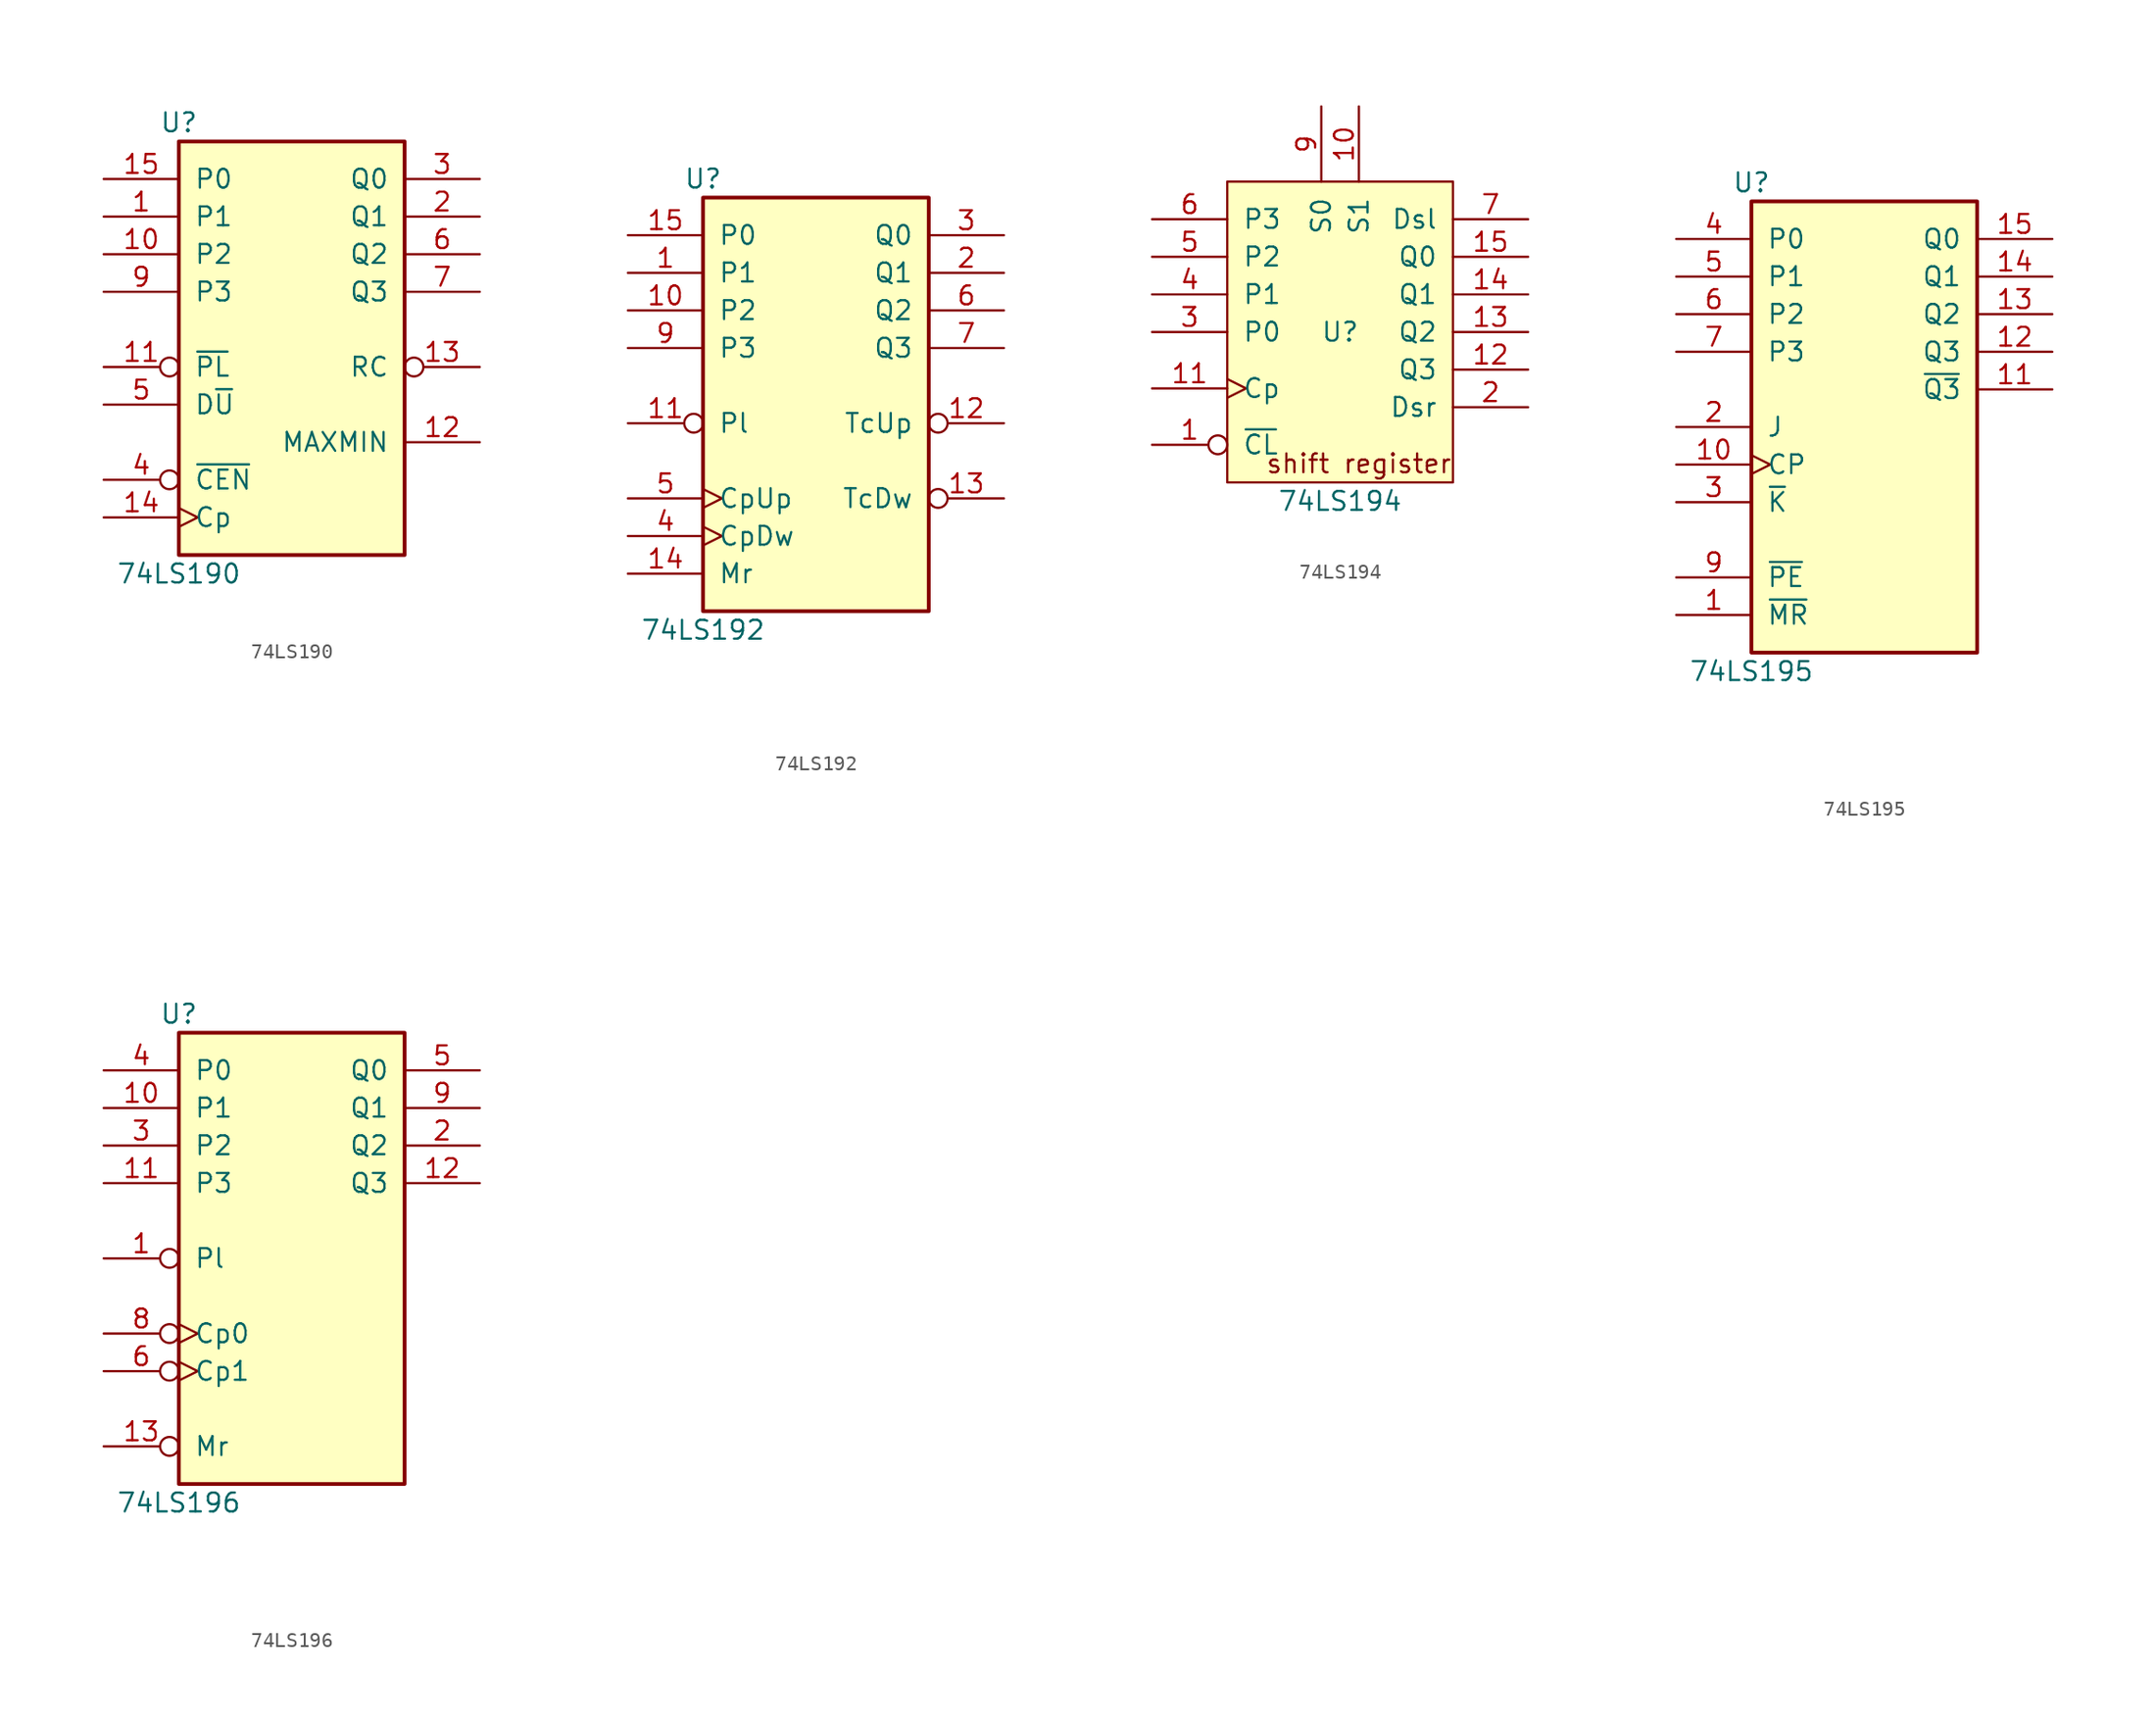
<source format=kicad_sym>
(kicad_symbol_lib
  (version 20211014)
  (generator kicad_symbol_editor)
  (symbol "74LS190"
    (pin_names
      (offset 1.016))
    (property "Reference" "U"
      (at -7.62 13.97 0)
      (effects (font (size 1.27 1.27))))
    (property "Value" "74LS190"
      (at -7.62 -16.51 0)
      (effects (font (size 1.27 1.27))))
    (property "ki_locked" ""
      (at 0 0 0)
      (effects (font (size 1.27 1.27))))
    (symbol "74LS190_1_0"
      (pin input line (at -12.7 7.62 0) (length 5.08) (name "P1" (effects (font (size 1.27 1.27)))) (number "1" (effects (font (size 1.27 1.27)))))
      (pin input line (at -12.7 5.08 0) (length 5.08) (name "P2" (effects (font (size 1.27 1.27)))) (number "10" (effects (font (size 1.27 1.27)))))
      (pin input inverted (at -12.7 -2.54 0) (length 5.08) (name "~{PL}" (effects (font (size 1.27 1.27)))) (number "11" (effects (font (size 1.27 1.27)))))
      (pin output line (at 12.7 -7.62 180) (length 5.08) (name "MAXMIN" (effects (font (size 1.27 1.27)))) (number "12" (effects (font (size 1.27 1.27)))))
      (pin output inverted (at 12.7 -2.54 180) (length 5.08) (name "RC" (effects (font (size 1.27 1.27)))) (number "13" (effects (font (size 1.27 1.27)))))
      (pin input clock (at -12.7 -12.7 0) (length 5.08) (name "Cp" (effects (font (size 1.27 1.27)))) (number "14" (effects (font (size 1.27 1.27)))))
      (pin input line (at -12.7 10.16 0) (length 5.08) (name "P0" (effects (font (size 1.27 1.27)))) (number "15" (effects (font (size 1.27 1.27)))))
      (pin power_in line (at 0 12.7 270) (length 5.08) hide (name "VCC" (effects (font (size 1.27 1.27)))) (number "16" (effects (font (size 1.27 1.27)))))
      (pin output line (at 12.7 7.62 180) (length 5.08) (name "Q1" (effects (font (size 1.27 1.27)))) (number "2" (effects (font (size 1.27 1.27)))))
      (pin output line (at 12.7 10.16 180) (length 5.08) (name "Q0" (effects (font (size 1.27 1.27)))) (number "3" (effects (font (size 1.27 1.27)))))
      (pin input inverted (at -12.7 -10.16 0) (length 5.08) (name "~{CEN}" (effects (font (size 1.27 1.27)))) (number "4" (effects (font (size 1.27 1.27)))))
      (pin input line (at -12.7 -5.08 0) (length 5.08) (name "D~{U}" (effects (font (size 1.27 1.27)))) (number "5" (effects (font (size 1.27 1.27)))))
      (pin output line (at 12.7 5.08 180) (length 5.08) (name "Q2" (effects (font (size 1.27 1.27)))) (number "6" (effects (font (size 1.27 1.27)))))
      (pin output line (at 12.7 2.54 180) (length 5.08) (name "Q3" (effects (font (size 1.27 1.27)))) (number "7" (effects (font (size 1.27 1.27)))))
      (pin power_in line (at 0 -15.24 90) (length 5.08) hide (name "VSS" (effects (font (size 1.27 1.27)))) (number "8" (effects (font (size 1.27 1.27)))))
      (pin input line (at -12.7 2.54 0) (length 5.08) (name "P3" (effects (font (size 1.27 1.27)))) (number "9" (effects (font (size 1.27 1.27))))))
    (symbol "74LS190_1_1"
      (rectangle (start -7.62 12.7) (end 7.62 -15.24) (stroke (width 0.254) (type default) (color 0 0 0 0)) (fill (type background)))))
  (symbol "74LS192"
    (pin_names
      (offset 1.016))
    (property "Reference" "U"
      (at -7.62 13.97 0)
      (effects (font (size 1.27 1.27))))
    (property "Value" "74LS192"
      (at -7.62 -16.51 0)
      (effects (font (size 1.27 1.27))))
    (property "ki_locked" ""
      (at 0 0 0)
      (effects (font (size 1.27 1.27))))
    (symbol "74LS192_1_0"
      (pin input line (at -12.7 7.62 0) (length 5.08) (name "P1" (effects (font (size 1.27 1.27)))) (number "1" (effects (font (size 1.27 1.27)))))
      (pin input line (at -12.7 5.08 0) (length 5.08) (name "P2" (effects (font (size 1.27 1.27)))) (number "10" (effects (font (size 1.27 1.27)))))
      (pin input inverted (at -12.7 -2.54 0) (length 5.08) (name "Pl" (effects (font (size 1.27 1.27)))) (number "11" (effects (font (size 1.27 1.27)))))
      (pin output inverted (at 12.7 -2.54 180) (length 5.08) (name "TcUp" (effects (font (size 1.27 1.27)))) (number "12" (effects (font (size 1.27 1.27)))))
      (pin output inverted (at 12.7 -7.62 180) (length 5.08) (name "TcDw" (effects (font (size 1.27 1.27)))) (number "13" (effects (font (size 1.27 1.27)))))
      (pin input line (at -12.7 -12.7 0) (length 5.08) (name "Mr" (effects (font (size 1.27 1.27)))) (number "14" (effects (font (size 1.27 1.27)))))
      (pin input line (at -12.7 10.16 0) (length 5.08) (name "P0" (effects (font (size 1.27 1.27)))) (number "15" (effects (font (size 1.27 1.27)))))
      (pin input line (at 0 17.78 270) (length 5.08) hide (name "VCC" (effects (font (size 1.27 1.27)))) (number "16" (effects (font (size 1.27 1.27)))))
      (pin output line (at 12.7 7.62 180) (length 5.08) (name "Q1" (effects (font (size 1.27 1.27)))) (number "2" (effects (font (size 1.27 1.27)))))
      (pin output line (at 12.7 10.16 180) (length 5.08) (name "Q0" (effects (font (size 1.27 1.27)))) (number "3" (effects (font (size 1.27 1.27)))))
      (pin input clock (at -12.7 -10.16 0) (length 5.08) (name "CpDw" (effects (font (size 1.27 1.27)))) (number "4" (effects (font (size 1.27 1.27)))))
      (pin input clock (at -12.7 -7.62 0) (length 5.08) (name "CpUp" (effects (font (size 1.27 1.27)))) (number "5" (effects (font (size 1.27 1.27)))))
      (pin output line (at 12.7 5.08 180) (length 5.08) (name "Q2" (effects (font (size 1.27 1.27)))) (number "6" (effects (font (size 1.27 1.27)))))
      (pin output line (at 12.7 2.54 180) (length 5.08) (name "Q3" (effects (font (size 1.27 1.27)))) (number "7" (effects (font (size 1.27 1.27)))))
      (pin input line (at 0 -20.32 90) (length 5.08) hide (name "GND" (effects (font (size 1.27 1.27)))) (number "8" (effects (font (size 1.27 1.27)))))
      (pin input line (at -12.7 2.54 0) (length 5.08) (name "P3" (effects (font (size 1.27 1.27)))) (number "9" (effects (font (size 1.27 1.27))))))
    (symbol "74LS192_1_1"
      (rectangle (start -7.62 12.7) (end 7.62 -15.24) (stroke (width 0.254) (type default) (color 0 0 0 0)) (fill (type background)))))
  (symbol "74LS194"
    (pin_names
      (offset 1.016))
    (property "Reference" "U"
      (at 0 -2.54 0)
      (effects (font (size 1.27 1.27))))
    (property "Value" "74LS194"
      (at 0 -13.97 0)
      (effects (font (size 1.27 1.27))))
    (property "ki_locked" ""
      (at 0 0 0)
      (effects (font (size 1.27 1.27))))
    (symbol "74LS194_0_0"
      (text "shift register" (at 1.27 -11.43 0) (effects (font (size 1.27 1.27)))))
    (symbol "74LS194_1_0"
      (pin input inverted (at -12.7 -10.16 0) (length 5.08) (name "~{CL}" (effects (font (size 1.27 1.27)))) (number "1" (effects (font (size 1.27 1.27)))))
      (pin input line (at 1.27 12.7 270) (length 5.08) (name "S1" (effects (font (size 1.27 1.27)))) (number "10" (effects (font (size 1.27 1.27)))))
      (pin input clock (at -12.7 -6.35 0) (length 5.08) (name "Cp" (effects (font (size 1.27 1.27)))) (number "11" (effects (font (size 1.27 1.27)))))
      (pin output line (at 12.7 -5.08 180) (length 5.08) (name "Q3" (effects (font (size 1.27 1.27)))) (number "12" (effects (font (size 1.27 1.27)))))
      (pin output line (at 12.7 -2.54 180) (length 5.08) (name "Q2" (effects (font (size 1.27 1.27)))) (number "13" (effects (font (size 1.27 1.27)))))
      (pin output line (at 12.7 0 180) (length 5.08) (name "Q1" (effects (font (size 1.27 1.27)))) (number "14" (effects (font (size 1.27 1.27)))))
      (pin output line (at 12.7 2.54 180) (length 5.08) (name "Q0" (effects (font (size 1.27 1.27)))) (number "15" (effects (font (size 1.27 1.27)))))
      (pin input line (at 12.7 -7.62 180) (length 5.08) (name "Dsr" (effects (font (size 1.27 1.27)))) (number "2" (effects (font (size 1.27 1.27)))))
      (pin input line (at -12.7 -2.54 0) (length 5.08) (name "P0" (effects (font (size 1.27 1.27)))) (number "3" (effects (font (size 1.27 1.27)))))
      (pin input line (at -12.7 0 0) (length 5.08) (name "P1" (effects (font (size 1.27 1.27)))) (number "4" (effects (font (size 1.27 1.27)))))
      (pin input line (at -12.7 2.54 0) (length 5.08) (name "P2" (effects (font (size 1.27 1.27)))) (number "5" (effects (font (size 1.27 1.27)))))
      (pin input line (at -12.7 5.08 0) (length 5.08) (name "P3" (effects (font (size 1.27 1.27)))) (number "6" (effects (font (size 1.27 1.27)))))
      (pin input line (at 12.7 5.08 180) (length 5.08) (name "Dsl" (effects (font (size 1.27 1.27)))) (number "7" (effects (font (size 1.27 1.27)))))
      (pin input line (at -1.27 12.7 270) (length 5.08) (name "S0" (effects (font (size 1.27 1.27)))) (number "9" (effects (font (size 1.27 1.27))))))
    (symbol "74LS194_1_1"
      (rectangle (start -7.62 7.62) (end 7.62 -12.7) (stroke (width 0) (type default) (color 0 0 0 0)) (fill (type background)))))
  (symbol "74LS195"
    (pin_names
      (offset 1.016))
    (property "Reference" "U"
      (at -7.62 16.51 0)
      (effects (font (size 1.27 1.27))))
    (property "Value" "74LS195"
      (at -7.62 -16.51 0)
      (effects (font (size 1.27 1.27))))
    (property "ki_locked" ""
      (at 0 0 0)
      (effects (font (size 1.27 1.27))))
    (symbol "74LS195_1_0"
      (pin input line (at -12.7 -12.7 0) (length 5.08) (name "~{MR}" (effects (font (size 1.27 1.27)))) (number "1" (effects (font (size 1.27 1.27)))))
      (pin input clock (at -12.7 -2.54 0) (length 5.08) (name "CP" (effects (font (size 1.27 1.27)))) (number "10" (effects (font (size 1.27 1.27)))))
      (pin output line (at 12.7 2.54 180) (length 5.08) (name "~{Q3}" (effects (font (size 1.27 1.27)))) (number "11" (effects (font (size 1.27 1.27)))))
      (pin output line (at 12.7 5.08 180) (length 5.08) (name "Q3" (effects (font (size 1.27 1.27)))) (number "12" (effects (font (size 1.27 1.27)))))
      (pin output line (at 12.7 7.62 180) (length 5.08) (name "Q2" (effects (font (size 1.27 1.27)))) (number "13" (effects (font (size 1.27 1.27)))))
      (pin output line (at 12.7 10.16 180) (length 5.08) (name "Q1" (effects (font (size 1.27 1.27)))) (number "14" (effects (font (size 1.27 1.27)))))
      (pin output line (at 12.7 12.7 180) (length 5.08) (name "Q0" (effects (font (size 1.27 1.27)))) (number "15" (effects (font (size 1.27 1.27)))))
      (pin input line (at 0 20.32 270) (length 5.08) hide (name "VCC" (effects (font (size 1.27 1.27)))) (number "16" (effects (font (size 1.27 1.27)))))
      (pin input line (at -12.7 0 0) (length 5.08) (name "J" (effects (font (size 1.27 1.27)))) (number "2" (effects (font (size 1.27 1.27)))))
      (pin input line (at -12.7 -5.08 0) (length 5.08) (name "~{K}" (effects (font (size 1.27 1.27)))) (number "3" (effects (font (size 1.27 1.27)))))
      (pin input line (at -12.7 12.7 0) (length 5.08) (name "P0" (effects (font (size 1.27 1.27)))) (number "4" (effects (font (size 1.27 1.27)))))
      (pin input line (at -12.7 10.16 0) (length 5.08) (name "P1" (effects (font (size 1.27 1.27)))) (number "5" (effects (font (size 1.27 1.27)))))
      (pin input line (at -12.7 7.62 0) (length 5.08) (name "P2" (effects (font (size 1.27 1.27)))) (number "6" (effects (font (size 1.27 1.27)))))
      (pin input line (at -12.7 5.08 0) (length 5.08) (name "P3" (effects (font (size 1.27 1.27)))) (number "7" (effects (font (size 1.27 1.27)))))
      (pin input line (at 0 -20.32 90) (length 5.08) hide (name "GND" (effects (font (size 1.27 1.27)))) (number "8" (effects (font (size 1.27 1.27)))))
      (pin input line (at -12.7 -10.16 0) (length 5.08) (name "~{PE}" (effects (font (size 1.27 1.27)))) (number "9" (effects (font (size 1.27 1.27))))))
    (symbol "74LS195_1_1"
      (rectangle (start -7.62 15.24) (end 7.62 -15.24) (stroke (width 0.254) (type default) (color 0 0 0 0)) (fill (type background)))))
  (symbol "74LS196"
    (pin_names
      (offset 1.016))
    (property "Reference" "U"
      (at -7.62 16.51 0)
      (effects (font (size 1.27 1.27))))
    (property "Value" "74LS196"
      (at -7.62 -16.51 0)
      (effects (font (size 1.27 1.27))))
    (property "ki_locked" ""
      (at 0 0 0)
      (effects (font (size 1.27 1.27))))
    (symbol "74LS196_1_0"
      (pin input inverted (at -12.7 0 0) (length 5.08) (name "Pl" (effects (font (size 1.27 1.27)))) (number "1" (effects (font (size 1.27 1.27)))))
      (pin input line (at -12.7 10.16 0) (length 5.08) (name "P1" (effects (font (size 1.27 1.27)))) (number "10" (effects (font (size 1.27 1.27)))))
      (pin input line (at -12.7 5.08 0) (length 5.08) (name "P3" (effects (font (size 1.27 1.27)))) (number "11" (effects (font (size 1.27 1.27)))))
      (pin output line (at 12.7 5.08 180) (length 5.08) (name "Q3" (effects (font (size 1.27 1.27)))) (number "12" (effects (font (size 1.27 1.27)))))
      (pin input inverted (at -12.7 -12.7 0) (length 5.08) (name "Mr" (effects (font (size 1.27 1.27)))) (number "13" (effects (font (size 1.27 1.27)))))
      (pin input line (at 0 20.32 270) (length 5.08) hide (name "VCC" (effects (font (size 1.27 1.27)))) (number "14" (effects (font (size 1.27 1.27)))))
      (pin output line (at 12.7 7.62 180) (length 5.08) (name "Q2" (effects (font (size 1.27 1.27)))) (number "2" (effects (font (size 1.27 1.27)))))
      (pin input line (at -12.7 7.62 0) (length 5.08) (name "P2" (effects (font (size 1.27 1.27)))) (number "3" (effects (font (size 1.27 1.27)))))
      (pin input line (at -12.7 12.7 0) (length 5.08) (name "P0" (effects (font (size 1.27 1.27)))) (number "4" (effects (font (size 1.27 1.27)))))
      (pin output line (at 12.7 12.7 180) (length 5.08) (name "Q0" (effects (font (size 1.27 1.27)))) (number "5" (effects (font (size 1.27 1.27)))))
      (pin input inverted_clock (at -12.7 -7.62 0) (length 5.08) (name "Cp1" (effects (font (size 1.27 1.27)))) (number "6" (effects (font (size 1.27 1.27)))))
      (pin input line (at 0 -20.32 90) (length 5.08) hide (name "GND" (effects (font (size 1.27 1.27)))) (number "7" (effects (font (size 1.27 1.27)))))
      (pin input inverted_clock (at -12.7 -5.08 0) (length 5.08) (name "Cp0" (effects (font (size 1.27 1.27)))) (number "8" (effects (font (size 1.27 1.27)))))
      (pin output line (at 12.7 10.16 180) (length 5.08) (name "Q1" (effects (font (size 1.27 1.27)))) (number "9" (effects (font (size 1.27 1.27))))))
    (symbol "74LS196_1_1"
      (rectangle (start -7.62 15.24) (end 7.62 -15.24) (stroke (width 0.254) (type default) (color 0 0 0 0)) (fill (type background))))))
</source>
